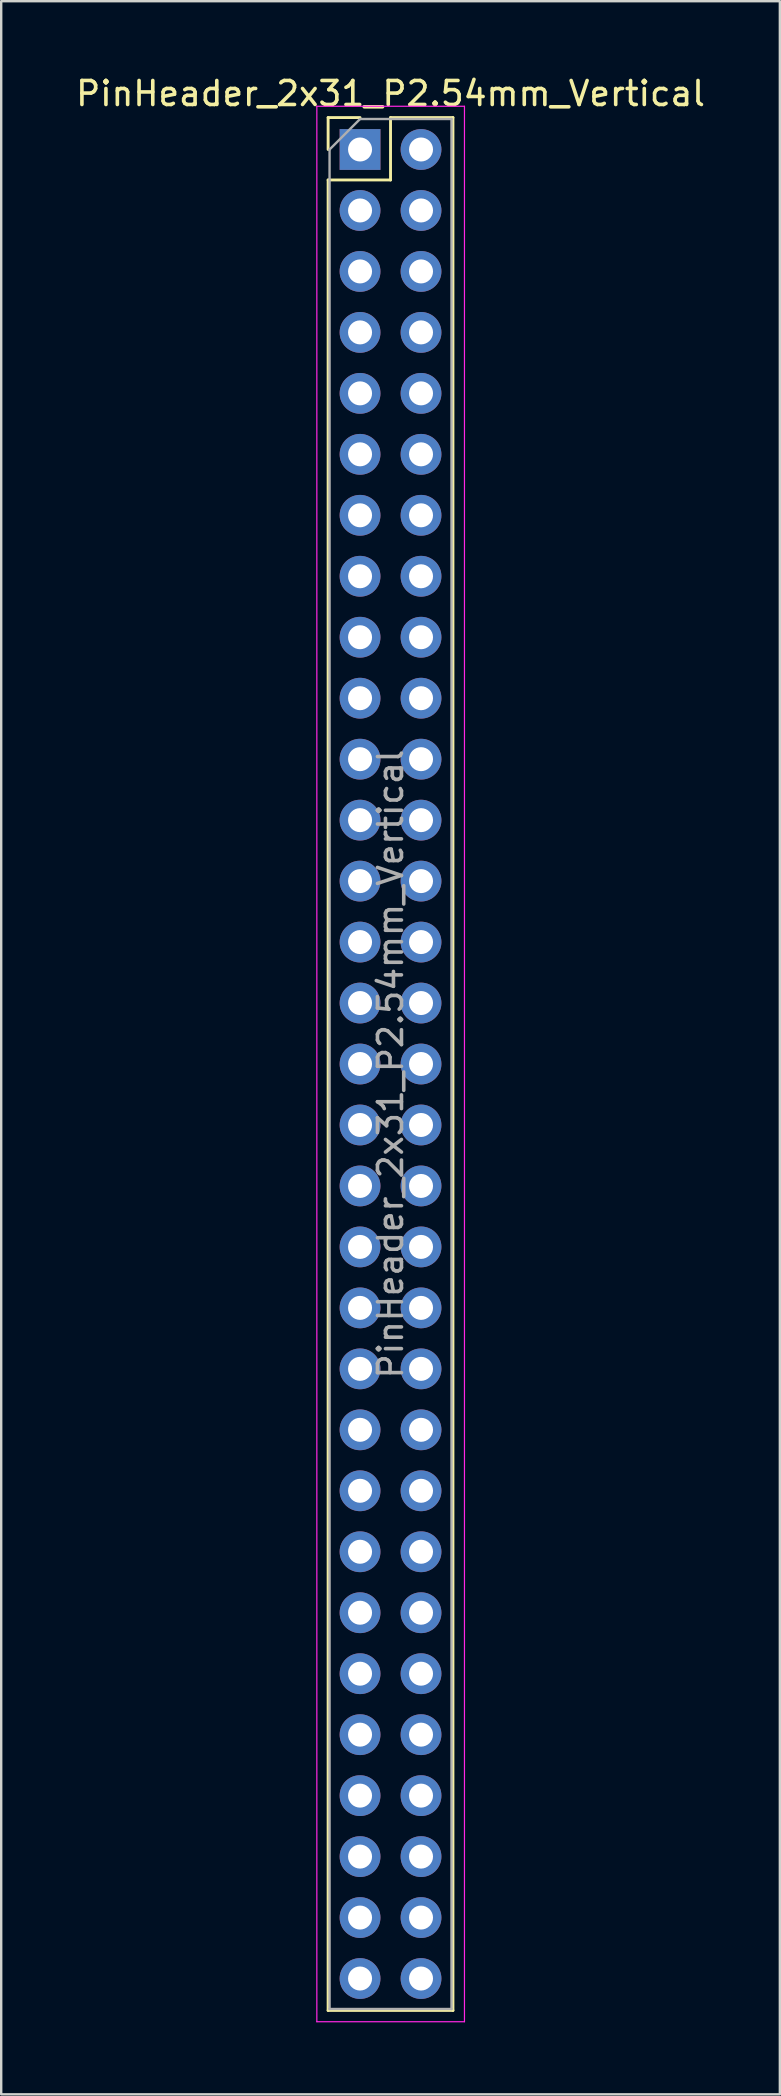
<source format=kicad_pcb>
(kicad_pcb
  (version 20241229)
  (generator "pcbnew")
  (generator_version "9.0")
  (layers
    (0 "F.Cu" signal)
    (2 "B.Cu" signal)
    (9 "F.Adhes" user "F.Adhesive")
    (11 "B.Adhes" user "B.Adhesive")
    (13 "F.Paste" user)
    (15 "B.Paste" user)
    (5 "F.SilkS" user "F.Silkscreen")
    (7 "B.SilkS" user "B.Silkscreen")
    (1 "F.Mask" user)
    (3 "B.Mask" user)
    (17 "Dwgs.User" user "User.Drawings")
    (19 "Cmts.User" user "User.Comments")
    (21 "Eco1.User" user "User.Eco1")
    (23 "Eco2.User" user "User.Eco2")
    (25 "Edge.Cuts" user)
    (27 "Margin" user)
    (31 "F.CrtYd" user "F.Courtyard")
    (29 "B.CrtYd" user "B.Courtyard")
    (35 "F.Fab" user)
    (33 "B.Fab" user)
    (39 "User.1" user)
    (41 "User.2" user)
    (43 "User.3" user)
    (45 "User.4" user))
  (footprint "PinHeader_2x31_P2.54mm_Vertical"
    (layer "F.Cu")
    (at 11.95 3.178)
    (property "Reference" "PinHeader_2x31_P2.54mm_Vertical" (at 1.27 -2.33 0) (layer "F.SilkS") (effects (font (size 1 1) (thickness 0.15))))
    (attr through_hole)
    (fp_line (start -1.33 -1.33) (end 0 -1.33) (stroke (width 0.12) (type solid)) (layer "F.SilkS"))
    (fp_line (start -1.33 0) (end -1.33 -1.33) (stroke (width 0.12) (type solid)) (layer "F.SilkS"))
    (fp_line (start -1.33 1.27) (end -1.33 77.53) (stroke (width 0.12) (type solid)) (layer "F.SilkS"))
    (fp_line (start -1.33 1.27) (end 1.27 1.27) (stroke (width 0.12) (type solid)) (layer "F.SilkS"))
    (fp_line (start -1.33 77.53) (end 3.87 77.53) (stroke (width 0.12) (type solid)) (layer "F.SilkS"))
    (fp_line (start 1.27 -1.33) (end 3.87 -1.33) (stroke (width 0.12) (type solid)) (layer "F.SilkS"))
    (fp_line (start 1.27 1.27) (end 1.27 -1.33) (stroke (width 0.12) (type solid)) (layer "F.SilkS"))
    (fp_line (start 3.87 -1.33) (end 3.87 77.53) (stroke (width 0.12) (type solid)) (layer "F.SilkS"))
    (fp_line (start -1.8 -1.8) (end -1.8 78) (stroke (width 0.05) (type solid)) (layer "F.CrtYd"))
    (fp_line (start -1.8 78) (end 4.35 78) (stroke (width 0.05) (type solid)) (layer "F.CrtYd"))
    (fp_line (start 4.35 -1.8) (end -1.8 -1.8) (stroke (width 0.05) (type solid)) (layer "F.CrtYd"))
    (fp_line (start 4.35 78) (end 4.35 -1.8) (stroke (width 0.05) (type solid)) (layer "F.CrtYd"))
    (fp_line (start -1.27 0) (end 0 -1.27) (stroke (width 0.1) (type solid)) (layer "F.Fab"))
    (fp_line (start -1.27 77.47) (end -1.27 0) (stroke (width 0.1) (type solid)) (layer "F.Fab"))
    (fp_line (start 0 -1.27) (end 3.81 -1.27) (stroke (width 0.1) (type solid)) (layer "F.Fab"))
    (fp_line (start 3.81 -1.27) (end 3.81 77.47) (stroke (width 0.1) (type solid)) (layer "F.Fab"))
    (fp_line (start 3.81 77.47) (end -1.27 77.47) (stroke (width 0.1) (type solid)) (layer "F.Fab"))
    (fp_text user "${REFERENCE}" (at 1.27 38.1 90) (layer "F.Fab") (effects (font (size 1 1) (thickness 0.15))))
    (pad "1" thru_hole rect (at 0 0) (size 1.7 1.7) (drill 1) (layers "*.Cu" "*.Mask"))
    (pad "2" thru_hole oval (at 2.54 0) (size 1.7 1.7) (drill 1) (layers "*.Cu" "*.Mask"))
    (pad "3" thru_hole oval (at 0 2.54) (size 1.7 1.7) (drill 1) (layers "*.Cu" "*.Mask"))
    (pad "4" thru_hole oval (at 2.54 2.54) (size 1.7 1.7) (drill 1) (layers "*.Cu" "*.Mask"))
    (pad "5" thru_hole oval (at 0 5.08) (size 1.7 1.7) (drill 1) (layers "*.Cu" "*.Mask"))
    (pad "6" thru_hole oval (at 2.54 5.08) (size 1.7 1.7) (drill 1) (layers "*.Cu" "*.Mask"))
    (pad "7" thru_hole oval (at 0 7.62) (size 1.7 1.7) (drill 1) (layers "*.Cu" "*.Mask"))
    (pad "8" thru_hole oval (at 2.54 7.62) (size 1.7 1.7) (drill 1) (layers "*.Cu" "*.Mask"))
    (pad "9" thru_hole oval (at 0 10.16) (size 1.7 1.7) (drill 1) (layers "*.Cu" "*.Mask"))
    (pad "10" thru_hole oval (at 2.54 10.16) (size 1.7 1.7) (drill 1) (layers "*.Cu" "*.Mask"))
    (pad "11" thru_hole oval (at 0 12.7) (size 1.7 1.7) (drill 1) (layers "*.Cu" "*.Mask"))
    (pad "12" thru_hole oval (at 2.54 12.7) (size 1.7 1.7) (drill 1) (layers "*.Cu" "*.Mask"))
    (pad "13" thru_hole oval (at 0 15.24) (size 1.7 1.7) (drill 1) (layers "*.Cu" "*.Mask"))
    (pad "14" thru_hole oval (at 2.54 15.24) (size 1.7 1.7) (drill 1) (layers "*.Cu" "*.Mask"))
    (pad "15" thru_hole oval (at 0 17.78) (size 1.7 1.7) (drill 1) (layers "*.Cu" "*.Mask"))
    (pad "16" thru_hole oval (at 2.54 17.78) (size 1.7 1.7) (drill 1) (layers "*.Cu" "*.Mask"))
    (pad "17" thru_hole oval (at 0 20.32) (size 1.7 1.7) (drill 1) (layers "*.Cu" "*.Mask"))
    (pad "18" thru_hole oval (at 2.54 20.32) (size 1.7 1.7) (drill 1) (layers "*.Cu" "*.Mask"))
    (pad "19" thru_hole oval (at 0 22.86) (size 1.7 1.7) (drill 1) (layers "*.Cu" "*.Mask"))
    (pad "20" thru_hole oval (at 2.54 22.86) (size 1.7 1.7) (drill 1) (layers "*.Cu" "*.Mask"))
    (pad "21" thru_hole oval (at 0 25.4) (size 1.7 1.7) (drill 1) (layers "*.Cu" "*.Mask"))
    (pad "22" thru_hole oval (at 2.54 25.4) (size 1.7 1.7) (drill 1) (layers "*.Cu" "*.Mask"))
    (pad "23" thru_hole oval (at 0 27.94) (size 1.7 1.7) (drill 1) (layers "*.Cu" "*.Mask"))
    (pad "24" thru_hole oval (at 2.54 27.94) (size 1.7 1.7) (drill 1) (layers "*.Cu" "*.Mask"))
    (pad "25" thru_hole oval (at 0 30.48) (size 1.7 1.7) (drill 1) (layers "*.Cu" "*.Mask"))
    (pad "26" thru_hole oval (at 2.54 30.48) (size 1.7 1.7) (drill 1) (layers "*.Cu" "*.Mask"))
    (pad "27" thru_hole oval (at 0 33.02) (size 1.7 1.7) (drill 1) (layers "*.Cu" "*.Mask"))
    (pad "28" thru_hole oval (at 2.54 33.02) (size 1.7 1.7) (drill 1) (layers "*.Cu" "*.Mask"))
    (pad "29" thru_hole oval (at 0 35.56) (size 1.7 1.7) (drill 1) (layers "*.Cu" "*.Mask"))
    (pad "30" thru_hole oval (at 2.54 35.56) (size 1.7 1.7) (drill 1) (layers "*.Cu" "*.Mask"))
    (pad "31" thru_hole oval (at 0 38.1) (size 1.7 1.7) (drill 1) (layers "*.Cu" "*.Mask"))
    (pad "32" thru_hole oval (at 2.54 38.1) (size 1.7 1.7) (drill 1) (layers "*.Cu" "*.Mask"))
    (pad "33" thru_hole oval (at 0 40.64) (size 1.7 1.7) (drill 1) (layers "*.Cu" "*.Mask"))
    (pad "34" thru_hole oval (at 2.54 40.64) (size 1.7 1.7) (drill 1) (layers "*.Cu" "*.Mask"))
    (pad "35" thru_hole oval (at 0 43.18) (size 1.7 1.7) (drill 1) (layers "*.Cu" "*.Mask"))
    (pad "36" thru_hole oval (at 2.54 43.18) (size 1.7 1.7) (drill 1) (layers "*.Cu" "*.Mask"))
    (pad "37" thru_hole oval (at 0 45.72) (size 1.7 1.7) (drill 1) (layers "*.Cu" "*.Mask"))
    (pad "38" thru_hole oval (at 2.54 45.72) (size 1.7 1.7) (drill 1) (layers "*.Cu" "*.Mask"))
    (pad "39" thru_hole oval (at 0 48.26) (size 1.7 1.7) (drill 1) (layers "*.Cu" "*.Mask"))
    (pad "40" thru_hole oval (at 2.54 48.26) (size 1.7 1.7) (drill 1) (layers "*.Cu" "*.Mask"))
    (pad "41" thru_hole oval (at 0 50.8) (size 1.7 1.7) (drill 1) (layers "*.Cu" "*.Mask"))
    (pad "42" thru_hole oval (at 2.54 50.8) (size 1.7 1.7) (drill 1) (layers "*.Cu" "*.Mask"))
    (pad "43" thru_hole oval (at 0 53.34) (size 1.7 1.7) (drill 1) (layers "*.Cu" "*.Mask"))
    (pad "44" thru_hole oval (at 2.54 53.34) (size 1.7 1.7) (drill 1) (layers "*.Cu" "*.Mask"))
    (pad "45" thru_hole oval (at 0 55.88) (size 1.7 1.7) (drill 1) (layers "*.Cu" "*.Mask"))
    (pad "46" thru_hole oval (at 2.54 55.88) (size 1.7 1.7) (drill 1) (layers "*.Cu" "*.Mask"))
    (pad "47" thru_hole oval (at 0 58.42) (size 1.7 1.7) (drill 1) (layers "*.Cu" "*.Mask"))
    (pad "48" thru_hole oval (at 2.54 58.42) (size 1.7 1.7) (drill 1) (layers "*.Cu" "*.Mask"))
    (pad "49" thru_hole oval (at 0 60.96) (size 1.7 1.7) (drill 1) (layers "*.Cu" "*.Mask"))
    (pad "50" thru_hole oval (at 2.54 60.96) (size 1.7 1.7) (drill 1) (layers "*.Cu" "*.Mask"))
    (pad "51" thru_hole oval (at 0 63.5) (size 1.7 1.7) (drill 1) (layers "*.Cu" "*.Mask"))
    (pad "52" thru_hole oval (at 2.54 63.5) (size 1.7 1.7) (drill 1) (layers "*.Cu" "*.Mask"))
    (pad "53" thru_hole oval (at 0 66.04) (size 1.7 1.7) (drill 1) (layers "*.Cu" "*.Mask"))
    (pad "54" thru_hole oval (at 2.54 66.04) (size 1.7 1.7) (drill 1) (layers "*.Cu" "*.Mask"))
    (pad "55" thru_hole oval (at 0 68.58) (size 1.7 1.7) (drill 1) (layers "*.Cu" "*.Mask"))
    (pad "56" thru_hole oval (at 2.54 68.58) (size 1.7 1.7) (drill 1) (layers "*.Cu" "*.Mask"))
    (pad "57" thru_hole oval (at 0 71.12) (size 1.7 1.7) (drill 1) (layers "*.Cu" "*.Mask"))
    (pad "58" thru_hole oval (at 2.54 71.12) (size 1.7 1.7) (drill 1) (layers "*.Cu" "*.Mask"))
    (pad "59" thru_hole oval (at 0 73.66) (size 1.7 1.7) (drill 1) (layers "*.Cu" "*.Mask"))
    (pad "60" thru_hole oval (at 2.54 73.66) (size 1.7 1.7) (drill 1) (layers "*.Cu" "*.Mask"))
    (pad "61" thru_hole oval (at 0 76.2) (size 1.7 1.7) (drill 1) (layers "*.Cu" "*.Mask"))
    (pad "62" thru_hole oval (at 2.54 76.2) (size 1.7 1.7) (drill 1) (layers "*.Cu" "*.Mask")))
  (gr_rect
    (start -3 -3)
    (end 29.44 84.203)
    (stroke (width 0.1) (type default))
    (fill no)
    (layer "Edge.Cuts")))
</source>
